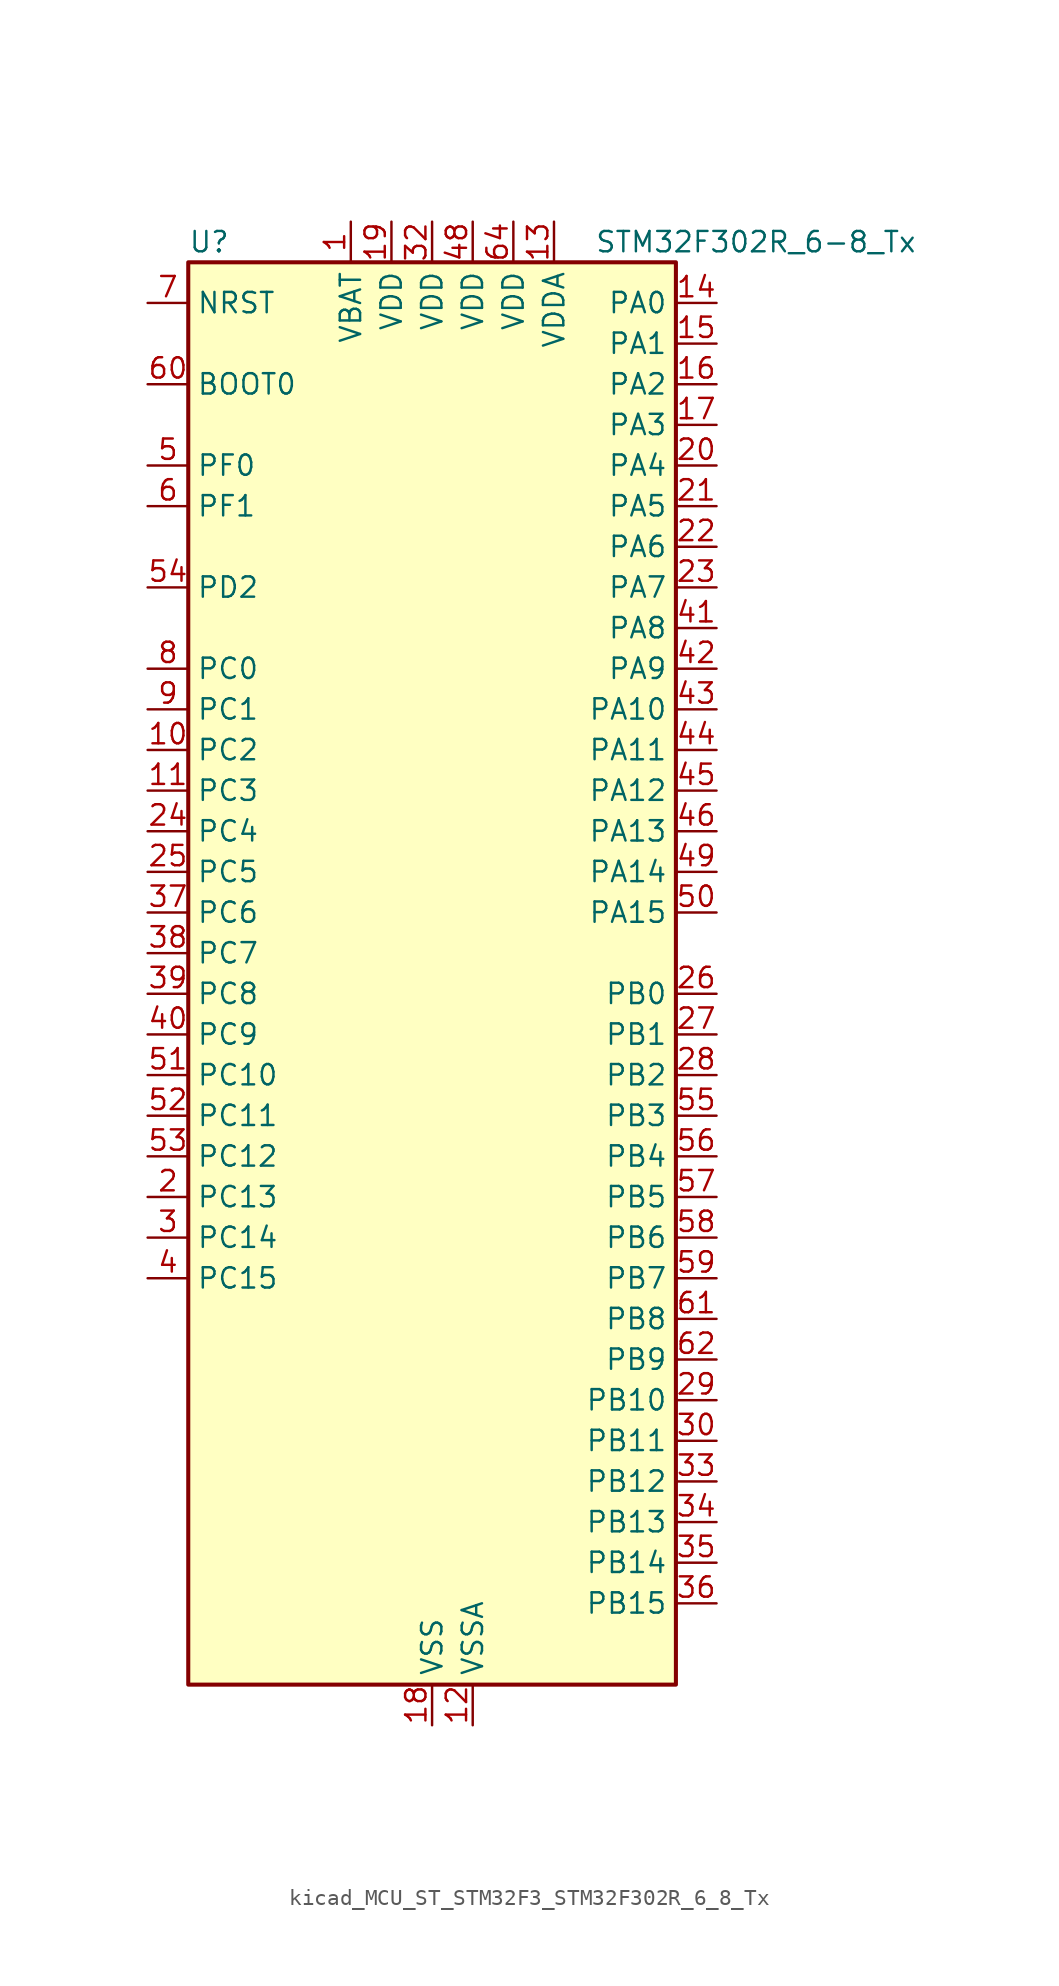
<source format=kicad_sym>
(kicad_symbol_lib
  (version 20220914)
  (generator kicad_symbol_editor)
  (symbol "kicad_MCU_ST_STM32F3_STM32F302R_6_8_Tx"
    (property "Reference" "U"
      (at -15.24 46.99 0)
      (effects (font (size 1.27 1.27)) (justify left)))
    (property "Value" "STM32F302R_6-8_Tx"
      (at 10.16 46.99 0)
      (effects (font (size 1.27 1.27)) (justify left)))
    (property "ki_locked" ""
      (at 0 0 0)
      (effects (font (size 1.27 1.27))))
    (symbol "kicad_MCU_ST_STM32F3_STM32F302R_6_8_Tx_0_1"
      (rectangle (start -15.24 -43.18) (end 15.24 45.72) (stroke (width 0.254) (type default)) (fill (type background))))
    (symbol "kicad_MCU_ST_STM32F3_STM32F302R_6_8_Tx_1_1"
      (pin power_in line (at -5.08 48.26 270) (length 2.54) (name "VBAT" (effects (font (size 1.27 1.27)))) (number "1" (effects (font (size 1.27 1.27)))))
      (pin bidirectional line (at -17.78 15.24 0) (length 2.54) (name "PC2" (effects (font (size 1.27 1.27)))) (number "10" (effects (font (size 1.27 1.27)))) (alternate "ADC1_IN8" bidirectional line) (alternate "TIM1_CH3" bidirectional line))
      (pin bidirectional line (at -17.78 12.7 0) (length 2.54) (name "PC3" (effects (font (size 1.27 1.27)))) (number "11" (effects (font (size 1.27 1.27)))) (alternate "ADC1_IN9" bidirectional line) (alternate "TIM1_BKIN2" bidirectional line) (alternate "TIM1_CH4" bidirectional line))
      (pin power_in line (at 2.54 -45.72 90) (length 2.54) (name "VSSA" (effects (font (size 1.27 1.27)))) (number "12" (effects (font (size 1.27 1.27)))))
      (pin power_in line (at 7.62 48.26 270) (length 2.54) (name "VDDA" (effects (font (size 1.27 1.27)))) (number "13" (effects (font (size 1.27 1.27)))))
      (pin bidirectional line (at 17.78 43.18 180) (length 2.54) (name "PA0" (effects (font (size 1.27 1.27)))) (number "14" (effects (font (size 1.27 1.27)))) (alternate "ADC1_IN1" bidirectional line) (alternate "RTC_TAMP2" bidirectional line) (alternate "SYS_WKUP1" bidirectional line) (alternate "TIM2_CH1" bidirectional line) (alternate "TIM2_ETR" bidirectional line) (alternate "TSC_G1_IO1" bidirectional line) (alternate "USART2_CTS" bidirectional line))
      (pin bidirectional line (at 17.78 40.64 180) (length 2.54) (name "PA1" (effects (font (size 1.27 1.27)))) (number "15" (effects (font (size 1.27 1.27)))) (alternate "ADC1_IN2" bidirectional line) (alternate "RTC_REFIN" bidirectional line) (alternate "TIM15_CH1N" bidirectional line) (alternate "TIM2_CH2" bidirectional line) (alternate "TSC_G1_IO2" bidirectional line) (alternate "USART2_DE" bidirectional line) (alternate "USART2_RTS" bidirectional line))
      (pin bidirectional line (at 17.78 38.1 180) (length 2.54) (name "PA2" (effects (font (size 1.27 1.27)))) (number "16" (effects (font (size 1.27 1.27)))) (alternate "ADC1_IN3" bidirectional line) (alternate "COMP2_INM" bidirectional line) (alternate "COMP2_OUT" bidirectional line) (alternate "TIM15_CH1" bidirectional line) (alternate "TIM2_CH3" bidirectional line) (alternate "TSC_G1_IO3" bidirectional line) (alternate "USART2_TX" bidirectional line))
      (pin bidirectional line (at 17.78 35.56 180) (length 2.54) (name "PA3" (effects (font (size 1.27 1.27)))) (number "17" (effects (font (size 1.27 1.27)))) (alternate "ADC1_IN4" bidirectional line) (alternate "TIM15_CH2" bidirectional line) (alternate "TIM2_CH4" bidirectional line) (alternate "TSC_G1_IO4" bidirectional line) (alternate "USART2_RX" bidirectional line))
      (pin power_in line (at 0 -45.72 90) (length 2.54) (name "VSS" (effects (font (size 1.27 1.27)))) (number "18" (effects (font (size 1.27 1.27)))))
      (pin power_in line (at -2.54 48.26 270) (length 2.54) (name "VDD" (effects (font (size 1.27 1.27)))) (number "19" (effects (font (size 1.27 1.27)))))
      (pin bidirectional line (at -17.78 -12.7 0) (length 2.54) (name "PC13" (effects (font (size 1.27 1.27)))) (number "2" (effects (font (size 1.27 1.27)))) (alternate "RTC_OUT_ALARM" bidirectional line) (alternate "RTC_OUT_CALIB" bidirectional line) (alternate "RTC_TAMP1" bidirectional line) (alternate "RTC_TS" bidirectional line) (alternate "SYS_WKUP2" bidirectional line) (alternate "TIM1_CH1N" bidirectional line))
      (pin bidirectional line (at 17.78 33.02 180) (length 2.54) (name "PA4" (effects (font (size 1.27 1.27)))) (number "20" (effects (font (size 1.27 1.27)))) (alternate "ADC1_IN5" bidirectional line) (alternate "COMP2_INM" bidirectional line) (alternate "COMP4_INM" bidirectional line) (alternate "COMP6_INM" bidirectional line) (alternate "DAC_OUT1" bidirectional line) (alternate "I2S3_WS" bidirectional line) (alternate "SPI3_NSS" bidirectional line) (alternate "TSC_G2_IO1" bidirectional line) (alternate "USART2_CK" bidirectional line))
      (pin bidirectional line (at 17.78 30.48 180) (length 2.54) (name "PA5" (effects (font (size 1.27 1.27)))) (number "21" (effects (font (size 1.27 1.27)))) (alternate "OPAMP2_VINM" bidirectional line) (alternate "OPAMP2_VINM_SEC" bidirectional line) (alternate "TIM2_CH1" bidirectional line) (alternate "TIM2_ETR" bidirectional line) (alternate "TSC_G2_IO2" bidirectional line))
      (pin bidirectional line (at 17.78 27.94 180) (length 2.54) (name "PA6" (effects (font (size 1.27 1.27)))) (number "22" (effects (font (size 1.27 1.27)))) (alternate "ADC1_IN10" bidirectional line) (alternate "OPAMP2_VOUT" bidirectional line) (alternate "TIM16_CH1" bidirectional line) (alternate "TIM1_BKIN" bidirectional line) (alternate "TSC_G2_IO3" bidirectional line))
      (pin bidirectional line (at 17.78 25.4 180) (length 2.54) (name "PA7" (effects (font (size 1.27 1.27)))) (number "23" (effects (font (size 1.27 1.27)))) (alternate "ADC1_IN15" bidirectional line) (alternate "COMP2_INP" bidirectional line) (alternate "OPAMP2_VINP" bidirectional line) (alternate "OPAMP2_VINP_SEC" bidirectional line) (alternate "TIM17_CH1" bidirectional line) (alternate "TIM1_CH1N" bidirectional line) (alternate "TSC_G2_IO4" bidirectional line))
      (pin bidirectional line (at -17.78 10.16 0) (length 2.54) (name "PC4" (effects (font (size 1.27 1.27)))) (number "24" (effects (font (size 1.27 1.27)))) (alternate "TIM1_ETR" bidirectional line) (alternate "USART1_TX" bidirectional line))
      (pin bidirectional line (at -17.78 7.62 0) (length 2.54) (name "PC5" (effects (font (size 1.27 1.27)))) (number "25" (effects (font (size 1.27 1.27)))) (alternate "OPAMP2_VINM" bidirectional line) (alternate "OPAMP2_VINM_SEC" bidirectional line) (alternate "TIM15_BKIN" bidirectional line) (alternate "TSC_G3_IO1" bidirectional line) (alternate "USART1_RX" bidirectional line))
      (pin bidirectional line (at 17.78 0 180) (length 2.54) (name "PB0" (effects (font (size 1.27 1.27)))) (number "26" (effects (font (size 1.27 1.27)))) (alternate "ADC1_IN11" bidirectional line) (alternate "COMP4_INP" bidirectional line) (alternate "OPAMP2_VINP" bidirectional line) (alternate "OPAMP2_VINP_SEC" bidirectional line) (alternate "TIM1_CH2N" bidirectional line) (alternate "TSC_G3_IO2" bidirectional line))
      (pin bidirectional line (at 17.78 -2.54 180) (length 2.54) (name "PB1" (effects (font (size 1.27 1.27)))) (number "27" (effects (font (size 1.27 1.27)))) (alternate "ADC1_IN12" bidirectional line) (alternate "COMP4_OUT" bidirectional line) (alternate "TIM1_CH3N" bidirectional line) (alternate "TSC_G3_IO3" bidirectional line))
      (pin bidirectional line (at 17.78 -5.08 180) (length 2.54) (name "PB2" (effects (font (size 1.27 1.27)))) (number "28" (effects (font (size 1.27 1.27)))) (alternate "COMP4_INM" bidirectional line) (alternate "TSC_G3_IO4" bidirectional line))
      (pin bidirectional line (at 17.78 -25.4 180) (length 2.54) (name "PB10" (effects (font (size 1.27 1.27)))) (number "29" (effects (font (size 1.27 1.27)))) (alternate "TIM2_CH3" bidirectional line) (alternate "TSC_SYNC" bidirectional line) (alternate "USART3_TX" bidirectional line))
      (pin bidirectional line (at -17.78 -15.24 0) (length 2.54) (name "PC14" (effects (font (size 1.27 1.27)))) (number "3" (effects (font (size 1.27 1.27)))) (alternate "RCC_OSC32_IN" bidirectional line))
      (pin bidirectional line (at 17.78 -27.94 180) (length 2.54) (name "PB11" (effects (font (size 1.27 1.27)))) (number "30" (effects (font (size 1.27 1.27)))) (alternate "ADC1_EXTI11" bidirectional line) (alternate "ADC1_IN14" bidirectional line) (alternate "COMP6_INP" bidirectional line) (alternate "TIM2_CH4" bidirectional line) (alternate "TSC_G6_IO1" bidirectional line) (alternate "USART3_RX" bidirectional line))
      (pin passive line (at 0 -45.72 90) (length 2.54) hide (name "VSS" (effects (font (size 1.27 1.27)))) (number "31" (effects (font (size 1.27 1.27)))))
      (pin power_in line (at 0 48.26 270) (length 2.54) (name "VDD" (effects (font (size 1.27 1.27)))) (number "32" (effects (font (size 1.27 1.27)))))
      (pin bidirectional line (at 17.78 -30.48 180) (length 2.54) (name "PB12" (effects (font (size 1.27 1.27)))) (number "33" (effects (font (size 1.27 1.27)))) (alternate "I2C2_SMBA" bidirectional line) (alternate "I2S2_WS" bidirectional line) (alternate "SPI2_NSS" bidirectional line) (alternate "TIM1_BKIN" bidirectional line) (alternate "TSC_G6_IO2" bidirectional line) (alternate "USART3_CK" bidirectional line))
      (pin bidirectional line (at 17.78 -33.02 180) (length 2.54) (name "PB13" (effects (font (size 1.27 1.27)))) (number "34" (effects (font (size 1.27 1.27)))) (alternate "ADC1_IN13" bidirectional line) (alternate "I2S2_CK" bidirectional line) (alternate "SPI2_SCK" bidirectional line) (alternate "TIM1_CH1N" bidirectional line) (alternate "TSC_G6_IO3" bidirectional line) (alternate "USART3_CTS" bidirectional line))
      (pin bidirectional line (at 17.78 -35.56 180) (length 2.54) (name "PB14" (effects (font (size 1.27 1.27)))) (number "35" (effects (font (size 1.27 1.27)))) (alternate "I2S2_ext_SD" bidirectional line) (alternate "OPAMP2_VINP" bidirectional line) (alternate "OPAMP2_VINP_SEC" bidirectional line) (alternate "SPI2_MISO" bidirectional line) (alternate "TIM15_CH1" bidirectional line) (alternate "TIM1_CH2N" bidirectional line) (alternate "TSC_G6_IO4" bidirectional line) (alternate "USART3_DE" bidirectional line) (alternate "USART3_RTS" bidirectional line))
      (pin bidirectional line (at 17.78 -38.1 180) (length 2.54) (name "PB15" (effects (font (size 1.27 1.27)))) (number "36" (effects (font (size 1.27 1.27)))) (alternate "ADC1_EXTI15" bidirectional line) (alternate "COMP6_INM" bidirectional line) (alternate "I2S2_SD" bidirectional line) (alternate "RTC_REFIN" bidirectional line) (alternate "SPI2_MOSI" bidirectional line) (alternate "TIM15_CH1N" bidirectional line) (alternate "TIM15_CH2" bidirectional line) (alternate "TIM1_CH3N" bidirectional line))
      (pin bidirectional line (at -17.78 5.08 0) (length 2.54) (name "PC6" (effects (font (size 1.27 1.27)))) (number "37" (effects (font (size 1.27 1.27)))) (alternate "COMP6_OUT" bidirectional line) (alternate "I2S2_MCK" bidirectional line))
      (pin bidirectional line (at -17.78 2.54 0) (length 2.54) (name "PC7" (effects (font (size 1.27 1.27)))) (number "38" (effects (font (size 1.27 1.27)))) (alternate "I2S3_MCK" bidirectional line))
      (pin bidirectional line (at -17.78 0 0) (length 2.54) (name "PC8" (effects (font (size 1.27 1.27)))) (number "39" (effects (font (size 1.27 1.27)))))
      (pin bidirectional line (at -17.78 -17.78 0) (length 2.54) (name "PC15" (effects (font (size 1.27 1.27)))) (number "4" (effects (font (size 1.27 1.27)))) (alternate "ADC1_EXTI15" bidirectional line) (alternate "RCC_OSC32_OUT" bidirectional line))
      (pin bidirectional line (at -17.78 -2.54 0) (length 2.54) (name "PC9" (effects (font (size 1.27 1.27)))) (number "40" (effects (font (size 1.27 1.27)))) (alternate "DAC_EXTI9" bidirectional line) (alternate "I2C3_SDA" bidirectional line) (alternate "I2S_CKIN" bidirectional line))
      (pin bidirectional line (at 17.78 22.86 180) (length 2.54) (name "PA8" (effects (font (size 1.27 1.27)))) (number "41" (effects (font (size 1.27 1.27)))) (alternate "I2C2_SMBA" bidirectional line) (alternate "I2C3_SCL" bidirectional line) (alternate "I2S2_MCK" bidirectional line) (alternate "RCC_MCO" bidirectional line) (alternate "TIM1_CH1" bidirectional line) (alternate "USART1_CK" bidirectional line))
      (pin bidirectional line (at 17.78 20.32 180) (length 2.54) (name "PA9" (effects (font (size 1.27 1.27)))) (number "42" (effects (font (size 1.27 1.27)))) (alternate "DAC_EXTI9" bidirectional line) (alternate "I2C2_SCL" bidirectional line) (alternate "I2C3_SMBA" bidirectional line) (alternate "I2S3_MCK" bidirectional line) (alternate "TIM15_BKIN" bidirectional line) (alternate "TIM1_CH2" bidirectional line) (alternate "TIM2_CH3" bidirectional line) (alternate "TSC_G4_IO1" bidirectional line) (alternate "USART1_TX" bidirectional line))
      (pin bidirectional line (at 17.78 17.78 180) (length 2.54) (name "PA10" (effects (font (size 1.27 1.27)))) (number "43" (effects (font (size 1.27 1.27)))) (alternate "COMP6_OUT" bidirectional line) (alternate "I2C2_SDA" bidirectional line) (alternate "I2S2_ext_SD" bidirectional line) (alternate "SPI2_MISO" bidirectional line) (alternate "TIM17_BKIN" bidirectional line) (alternate "TIM1_CH3" bidirectional line) (alternate "TIM2_CH4" bidirectional line) (alternate "TSC_G4_IO2" bidirectional line) (alternate "USART1_RX" bidirectional line))
      (pin bidirectional line (at 17.78 15.24 180) (length 2.54) (name "PA11" (effects (font (size 1.27 1.27)))) (number "44" (effects (font (size 1.27 1.27)))) (alternate "ADC1_EXTI11" bidirectional line) (alternate "CAN_RX" bidirectional line) (alternate "I2S2_SD" bidirectional line) (alternate "SPI2_MOSI" bidirectional line) (alternate "TIM1_BKIN2" bidirectional line) (alternate "TIM1_CH1N" bidirectional line) (alternate "TIM1_CH4" bidirectional line) (alternate "USART1_CTS" bidirectional line) (alternate "USB_DM" bidirectional line))
      (pin bidirectional line (at 17.78 12.7 180) (length 2.54) (name "PA12" (effects (font (size 1.27 1.27)))) (number "45" (effects (font (size 1.27 1.27)))) (alternate "CAN_TX" bidirectional line) (alternate "COMP2_OUT" bidirectional line) (alternate "I2S_CKIN" bidirectional line) (alternate "TIM16_CH1" bidirectional line) (alternate "TIM1_CH2N" bidirectional line) (alternate "TIM1_ETR" bidirectional line) (alternate "USART1_DE" bidirectional line) (alternate "USART1_RTS" bidirectional line) (alternate "USB_DP" bidirectional line))
      (pin bidirectional line (at 17.78 10.16 180) (length 2.54) (name "PA13" (effects (font (size 1.27 1.27)))) (number "46" (effects (font (size 1.27 1.27)))) (alternate "IR_OUT" bidirectional line) (alternate "SYS_JTMS-SWDIO" bidirectional line) (alternate "TIM16_CH1N" bidirectional line) (alternate "TSC_G4_IO3" bidirectional line) (alternate "USART3_CTS" bidirectional line))
      (pin passive line (at 0 -45.72 90) (length 2.54) hide (name "VSS" (effects (font (size 1.27 1.27)))) (number "47" (effects (font (size 1.27 1.27)))))
      (pin power_in line (at 2.54 48.26 270) (length 2.54) (name "VDD" (effects (font (size 1.27 1.27)))) (number "48" (effects (font (size 1.27 1.27)))))
      (pin bidirectional line (at 17.78 7.62 180) (length 2.54) (name "PA14" (effects (font (size 1.27 1.27)))) (number "49" (effects (font (size 1.27 1.27)))) (alternate "I2C1_SDA" bidirectional line) (alternate "SYS_JTCK-SWCLK" bidirectional line) (alternate "TIM1_BKIN" bidirectional line) (alternate "TSC_G4_IO4" bidirectional line) (alternate "USART2_TX" bidirectional line))
      (pin bidirectional line (at -17.78 33.02 0) (length 2.54) (name "PF0" (effects (font (size 1.27 1.27)))) (number "5" (effects (font (size 1.27 1.27)))) (alternate "I2C2_SDA" bidirectional line) (alternate "I2S2_WS" bidirectional line) (alternate "RCC_OSC_IN" bidirectional line) (alternate "SPI2_NSS" bidirectional line) (alternate "TIM1_CH3N" bidirectional line))
      (pin bidirectional line (at 17.78 5.08 180) (length 2.54) (name "PA15" (effects (font (size 1.27 1.27)))) (number "50" (effects (font (size 1.27 1.27)))) (alternate "ADC1_EXTI15" bidirectional line) (alternate "I2C1_SCL" bidirectional line) (alternate "I2S3_WS" bidirectional line) (alternate "SPI3_NSS" bidirectional line) (alternate "SYS_JTDI" bidirectional line) (alternate "TIM1_BKIN" bidirectional line) (alternate "TIM2_CH1" bidirectional line) (alternate "TIM2_ETR" bidirectional line) (alternate "TSC_SYNC" bidirectional line) (alternate "USART2_RX" bidirectional line))
      (pin bidirectional line (at -17.78 -5.08 0) (length 2.54) (name "PC10" (effects (font (size 1.27 1.27)))) (number "51" (effects (font (size 1.27 1.27)))) (alternate "I2S3_CK" bidirectional line) (alternate "SPI3_SCK" bidirectional line) (alternate "USART3_TX" bidirectional line))
      (pin bidirectional line (at -17.78 -7.62 0) (length 2.54) (name "PC11" (effects (font (size 1.27 1.27)))) (number "52" (effects (font (size 1.27 1.27)))) (alternate "ADC1_EXTI11" bidirectional line) (alternate "I2S3_ext_SD" bidirectional line) (alternate "SPI3_MISO" bidirectional line) (alternate "USART3_RX" bidirectional line))
      (pin bidirectional line (at -17.78 -10.16 0) (length 2.54) (name "PC12" (effects (font (size 1.27 1.27)))) (number "53" (effects (font (size 1.27 1.27)))) (alternate "I2S3_SD" bidirectional line) (alternate "SPI3_MOSI" bidirectional line) (alternate "USART3_CK" bidirectional line))
      (pin bidirectional line (at -17.78 25.4 0) (length 2.54) (name "PD2" (effects (font (size 1.27 1.27)))) (number "54" (effects (font (size 1.27 1.27)))))
      (pin bidirectional line (at 17.78 -7.62 180) (length 2.54) (name "PB3" (effects (font (size 1.27 1.27)))) (number "55" (effects (font (size 1.27 1.27)))) (alternate "I2S3_CK" bidirectional line) (alternate "SPI3_SCK" bidirectional line) (alternate "SYS_JTDO-TRACESWO" bidirectional line) (alternate "TIM2_CH2" bidirectional line) (alternate "TSC_G5_IO1" bidirectional line) (alternate "USART2_TX" bidirectional line))
      (pin bidirectional line (at 17.78 -10.16 180) (length 2.54) (name "PB4" (effects (font (size 1.27 1.27)))) (number "56" (effects (font (size 1.27 1.27)))) (alternate "I2S3_ext_SD" bidirectional line) (alternate "SPI3_MISO" bidirectional line) (alternate "SYS_NJTRST" bidirectional line) (alternate "TIM16_CH1" bidirectional line) (alternate "TIM17_BKIN" bidirectional line) (alternate "TSC_G5_IO2" bidirectional line) (alternate "USART2_RX" bidirectional line))
      (pin bidirectional line (at 17.78 -12.7 180) (length 2.54) (name "PB5" (effects (font (size 1.27 1.27)))) (number "57" (effects (font (size 1.27 1.27)))) (alternate "I2C1_SMBA" bidirectional line) (alternate "I2C3_SDA" bidirectional line) (alternate "I2S3_SD" bidirectional line) (alternate "SPI3_MOSI" bidirectional line) (alternate "TIM16_BKIN" bidirectional line) (alternate "TIM17_CH1" bidirectional line) (alternate "USART2_CK" bidirectional line))
      (pin bidirectional line (at 17.78 -15.24 180) (length 2.54) (name "PB6" (effects (font (size 1.27 1.27)))) (number "58" (effects (font (size 1.27 1.27)))) (alternate "I2C1_SCL" bidirectional line) (alternate "TIM16_CH1N" bidirectional line) (alternate "TSC_G5_IO3" bidirectional line) (alternate "USART1_TX" bidirectional line))
      (pin bidirectional line (at 17.78 -17.78 180) (length 2.54) (name "PB7" (effects (font (size 1.27 1.27)))) (number "59" (effects (font (size 1.27 1.27)))) (alternate "I2C1_SDA" bidirectional line) (alternate "TIM17_CH1N" bidirectional line) (alternate "TSC_G5_IO4" bidirectional line) (alternate "USART1_RX" bidirectional line))
      (pin bidirectional line (at -17.78 30.48 0) (length 2.54) (name "PF1" (effects (font (size 1.27 1.27)))) (number "6" (effects (font (size 1.27 1.27)))) (alternate "I2C2_SCL" bidirectional line) (alternate "I2S2_CK" bidirectional line) (alternate "RCC_OSC_OUT" bidirectional line) (alternate "SPI2_SCK" bidirectional line))
      (pin input line (at -17.78 38.1 0) (length 2.54) (name "BOOT0" (effects (font (size 1.27 1.27)))) (number "60" (effects (font (size 1.27 1.27)))))
      (pin bidirectional line (at 17.78 -20.32 180) (length 2.54) (name "PB8" (effects (font (size 1.27 1.27)))) (number "61" (effects (font (size 1.27 1.27)))) (alternate "CAN_RX" bidirectional line) (alternate "I2C1_SCL" bidirectional line) (alternate "TIM16_CH1" bidirectional line) (alternate "TIM1_BKIN" bidirectional line) (alternate "TSC_SYNC" bidirectional line) (alternate "USART3_RX" bidirectional line))
      (pin bidirectional line (at 17.78 -22.86 180) (length 2.54) (name "PB9" (effects (font (size 1.27 1.27)))) (number "62" (effects (font (size 1.27 1.27)))) (alternate "CAN_TX" bidirectional line) (alternate "COMP2_OUT" bidirectional line) (alternate "DAC_EXTI9" bidirectional line) (alternate "I2C1_SDA" bidirectional line) (alternate "IR_OUT" bidirectional line) (alternate "TIM17_CH1" bidirectional line) (alternate "USART3_TX" bidirectional line))
      (pin passive line (at 0 -45.72 90) (length 2.54) hide (name "VSS" (effects (font (size 1.27 1.27)))) (number "63" (effects (font (size 1.27 1.27)))))
      (pin power_in line (at 5.08 48.26 270) (length 2.54) (name "VDD" (effects (font (size 1.27 1.27)))) (number "64" (effects (font (size 1.27 1.27)))))
      (pin input line (at -17.78 43.18 0) (length 2.54) (name "NRST" (effects (font (size 1.27 1.27)))) (number "7" (effects (font (size 1.27 1.27)))))
      (pin bidirectional line (at -17.78 20.32 0) (length 2.54) (name "PC0" (effects (font (size 1.27 1.27)))) (number "8" (effects (font (size 1.27 1.27)))) (alternate "ADC1_IN6" bidirectional line) (alternate "TIM1_CH1" bidirectional line))
      (pin bidirectional line (at -17.78 17.78 0) (length 2.54) (name "PC1" (effects (font (size 1.27 1.27)))) (number "9" (effects (font (size 1.27 1.27)))) (alternate "ADC1_IN7" bidirectional line) (alternate "TIM1_CH2" bidirectional line)))))
</source>
